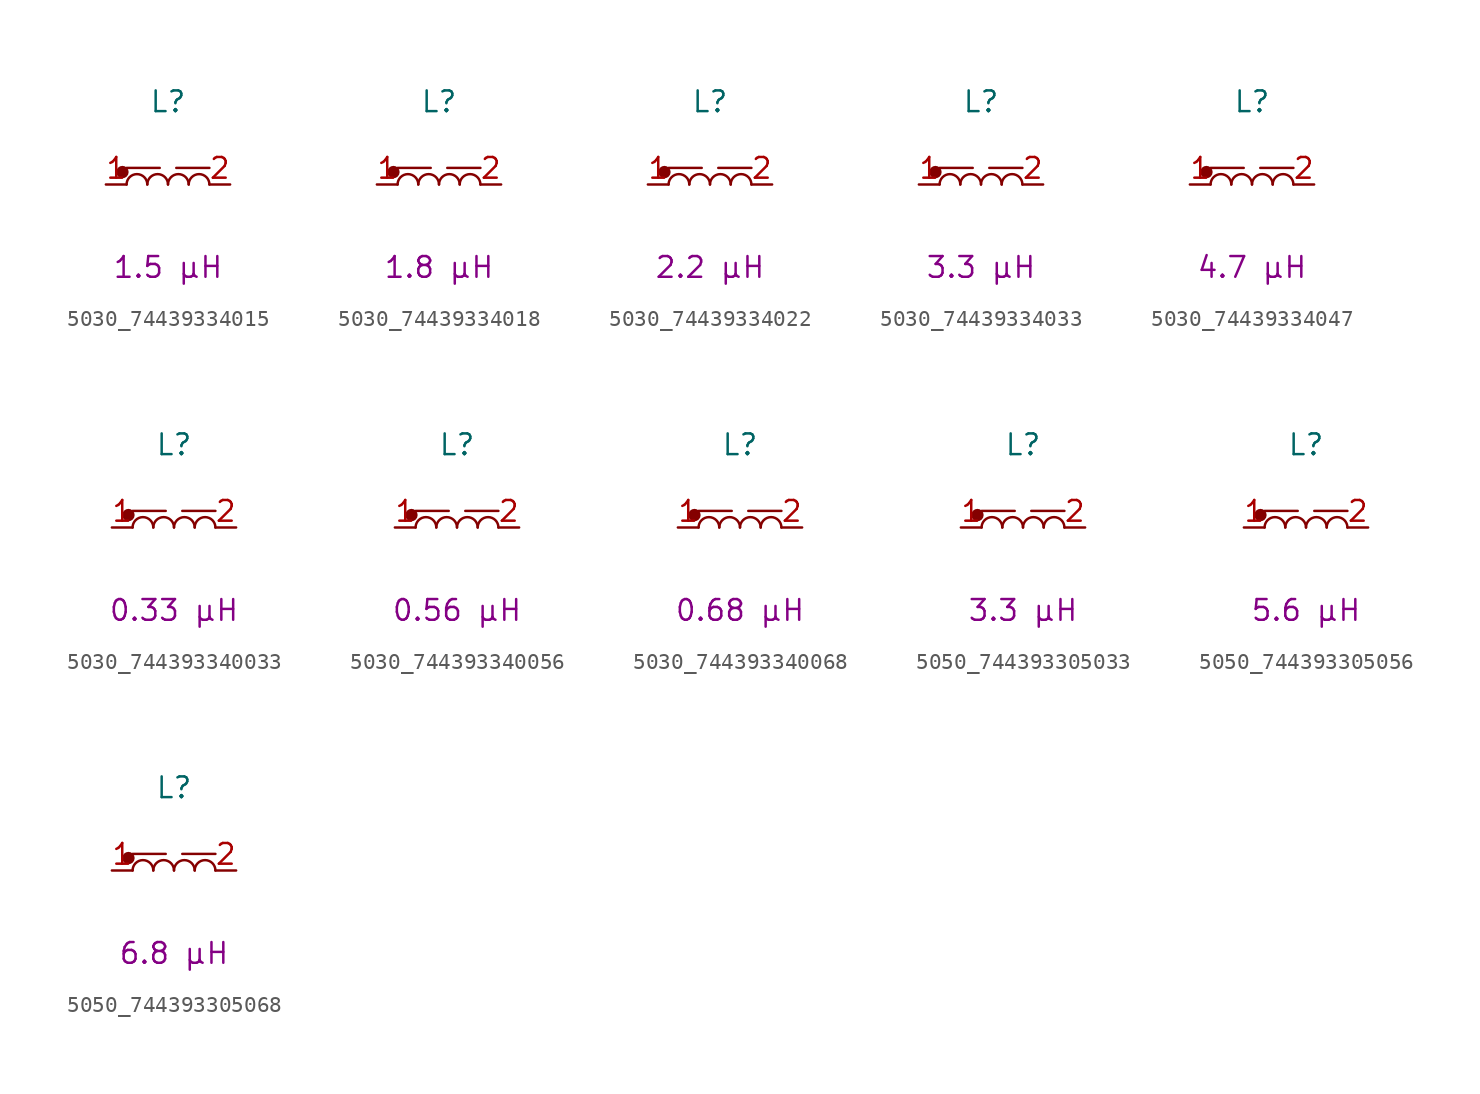
<source format=kicad_sym>
(kicad_symbol_lib
  (version 20220914)
  (generator kicad_symbol_editor)
  (symbol "5030_74439334015"
    (pin_names hide)
    (property "Reference" "L"
      (at 0 5.08 0)
      (effects (font (size 1.27 1.27))))
    (property "Critical Parameter" "1.5 µH"
      (at 0 -5.08 0)
      (effects (font (size 1.27 1.27))))
    (symbol "5030_74439334015_0_1"
      (arc (start -1.27 0) (mid -1.905 0.6323) (end -2.54 0) (stroke (width 0) (type default)) (fill (type none)))
      (arc (start 0 0) (mid -0.635 0.6323) (end -1.27 0) (stroke (width 0) (type default)) (fill (type none)))
      (polyline (pts (xy -2.54 1.016) (xy -0.508 1.016)) (stroke (width 0) (type default)) (fill (type none)))
      (arc (start 1.27 0) (mid 0.635 0.6323) (end 0 0) (stroke (width 0) (type default)) (fill (type none)))
      (arc (start 2.54 0) (mid 1.905 0.6323) (end 1.27 0) (stroke (width 0) (type default)) (fill (type none))))
    (symbol "5030_74439334015_1_1"
      (circle (center -2.794 0.762) (radius 0.0001) (stroke (width 0.381) (type default)) (fill (type none)))
      (polyline (pts (xy 2.54 1.016) (xy 0.508 1.016)) (stroke (width 0) (type default)) (fill (type none)))
      (pin passive line (at -3.81 0 0) (length 1.27) (name "1" (effects (font (size 1.27 1.27)))) (number "1" (effects (font (size 1.27 1.27)))))
      (pin passive line (at 3.81 0 180) (length 1.27) (name "2" (effects (font (size 1.27 1.27)))) (number "2" (effects (font (size 1.27 1.27)))))))
  (symbol "5030_74439334018"
    (pin_names hide)
    (property "Reference" "L"
      (at 0 5.08 0)
      (effects (font (size 1.27 1.27))))
    (property "Critical Parameter" "1.8 µH"
      (at 0 -5.08 0)
      (effects (font (size 1.27 1.27))))
    (symbol "5030_74439334018_0_1"
      (arc (start -1.27 0) (mid -1.905 0.6323) (end -2.54 0) (stroke (width 0) (type default)) (fill (type none)))
      (arc (start 0 0) (mid -0.635 0.6323) (end -1.27 0) (stroke (width 0) (type default)) (fill (type none)))
      (polyline (pts (xy -2.54 1.016) (xy -0.508 1.016)) (stroke (width 0) (type default)) (fill (type none)))
      (arc (start 1.27 0) (mid 0.635 0.6323) (end 0 0) (stroke (width 0) (type default)) (fill (type none)))
      (arc (start 2.54 0) (mid 1.905 0.6323) (end 1.27 0) (stroke (width 0) (type default)) (fill (type none))))
    (symbol "5030_74439334018_1_1"
      (circle (center -2.794 0.762) (radius 0.0001) (stroke (width 0.381) (type default)) (fill (type none)))
      (polyline (pts (xy 2.54 1.016) (xy 0.508 1.016)) (stroke (width 0) (type default)) (fill (type none)))
      (pin passive line (at -3.81 0 0) (length 1.27) (name "1" (effects (font (size 1.27 1.27)))) (number "1" (effects (font (size 1.27 1.27)))))
      (pin passive line (at 3.81 0 180) (length 1.27) (name "2" (effects (font (size 1.27 1.27)))) (number "2" (effects (font (size 1.27 1.27)))))))
  (symbol "5030_74439334022"
    (pin_names hide)
    (property "Reference" "L"
      (at 0 5.08 0)
      (effects (font (size 1.27 1.27))))
    (property "Critical Parameter" "2.2 µH"
      (at 0 -5.08 0)
      (effects (font (size 1.27 1.27))))
    (symbol "5030_74439334022_0_1"
      (arc (start -1.27 0) (mid -1.905 0.6323) (end -2.54 0) (stroke (width 0) (type default)) (fill (type none)))
      (arc (start 0 0) (mid -0.635 0.6323) (end -1.27 0) (stroke (width 0) (type default)) (fill (type none)))
      (polyline (pts (xy -2.54 1.016) (xy -0.508 1.016)) (stroke (width 0) (type default)) (fill (type none)))
      (arc (start 1.27 0) (mid 0.635 0.6323) (end 0 0) (stroke (width 0) (type default)) (fill (type none)))
      (arc (start 2.54 0) (mid 1.905 0.6323) (end 1.27 0) (stroke (width 0) (type default)) (fill (type none))))
    (symbol "5030_74439334022_1_1"
      (circle (center -2.794 0.762) (radius 0.0001) (stroke (width 0.381) (type default)) (fill (type none)))
      (polyline (pts (xy 2.54 1.016) (xy 0.508 1.016)) (stroke (width 0) (type default)) (fill (type none)))
      (pin passive line (at -3.81 0 0) (length 1.27) (name "1" (effects (font (size 1.27 1.27)))) (number "1" (effects (font (size 1.27 1.27)))))
      (pin passive line (at 3.81 0 180) (length 1.27) (name "2" (effects (font (size 1.27 1.27)))) (number "2" (effects (font (size 1.27 1.27)))))))
  (symbol "5030_74439334033"
    (pin_names hide)
    (property "Reference" "L"
      (at 0 5.08 0)
      (effects (font (size 1.27 1.27))))
    (property "Critical Parameter" "3.3 µH"
      (at 0 -5.08 0)
      (effects (font (size 1.27 1.27))))
    (symbol "5030_74439334033_0_1"
      (arc (start -1.27 0) (mid -1.905 0.6323) (end -2.54 0) (stroke (width 0) (type default)) (fill (type none)))
      (arc (start 0 0) (mid -0.635 0.6323) (end -1.27 0) (stroke (width 0) (type default)) (fill (type none)))
      (polyline (pts (xy -2.54 1.016) (xy -0.508 1.016)) (stroke (width 0) (type default)) (fill (type none)))
      (arc (start 1.27 0) (mid 0.635 0.6323) (end 0 0) (stroke (width 0) (type default)) (fill (type none)))
      (arc (start 2.54 0) (mid 1.905 0.6323) (end 1.27 0) (stroke (width 0) (type default)) (fill (type none))))
    (symbol "5030_74439334033_1_1"
      (circle (center -2.794 0.762) (radius 0.0001) (stroke (width 0.381) (type default)) (fill (type none)))
      (polyline (pts (xy 2.54 1.016) (xy 0.508 1.016)) (stroke (width 0) (type default)) (fill (type none)))
      (pin passive line (at -3.81 0 0) (length 1.27) (name "1" (effects (font (size 1.27 1.27)))) (number "1" (effects (font (size 1.27 1.27)))))
      (pin passive line (at 3.81 0 180) (length 1.27) (name "2" (effects (font (size 1.27 1.27)))) (number "2" (effects (font (size 1.27 1.27)))))))
  (symbol "5030_74439334047"
    (pin_names hide)
    (property "Reference" "L"
      (at 0 5.08 0)
      (effects (font (size 1.27 1.27))))
    (property "Critical Parameter" "4.7 µH"
      (at 0 -5.08 0)
      (effects (font (size 1.27 1.27))))
    (symbol "5030_74439334047_0_1"
      (arc (start -1.27 0) (mid -1.905 0.6323) (end -2.54 0) (stroke (width 0) (type default)) (fill (type none)))
      (arc (start 0 0) (mid -0.635 0.6323) (end -1.27 0) (stroke (width 0) (type default)) (fill (type none)))
      (polyline (pts (xy -2.54 1.016) (xy -0.508 1.016)) (stroke (width 0) (type default)) (fill (type none)))
      (arc (start 1.27 0) (mid 0.635 0.6323) (end 0 0) (stroke (width 0) (type default)) (fill (type none)))
      (arc (start 2.54 0) (mid 1.905 0.6323) (end 1.27 0) (stroke (width 0) (type default)) (fill (type none))))
    (symbol "5030_74439334047_1_1"
      (circle (center -2.794 0.762) (radius 0.0001) (stroke (width 0.381) (type default)) (fill (type none)))
      (polyline (pts (xy 2.54 1.016) (xy 0.508 1.016)) (stroke (width 0) (type default)) (fill (type none)))
      (pin passive line (at -3.81 0 0) (length 1.27) (name "1" (effects (font (size 1.27 1.27)))) (number "1" (effects (font (size 1.27 1.27)))))
      (pin passive line (at 3.81 0 180) (length 1.27) (name "2" (effects (font (size 1.27 1.27)))) (number "2" (effects (font (size 1.27 1.27)))))))
  (symbol "5030_744393340033"
    (pin_names hide)
    (property "Reference" "L"
      (at 0 5.08 0)
      (effects (font (size 1.27 1.27))))
    (property "Critical Parameter" "0.33 µH"
      (at 0 -5.08 0)
      (effects (font (size 1.27 1.27))))
    (symbol "5030_744393340033_0_1"
      (arc (start -1.27 0) (mid -1.905 0.6323) (end -2.54 0) (stroke (width 0) (type default)) (fill (type none)))
      (arc (start 0 0) (mid -0.635 0.6323) (end -1.27 0) (stroke (width 0) (type default)) (fill (type none)))
      (polyline (pts (xy -2.54 1.016) (xy -0.508 1.016)) (stroke (width 0) (type default)) (fill (type none)))
      (arc (start 1.27 0) (mid 0.635 0.6323) (end 0 0) (stroke (width 0) (type default)) (fill (type none)))
      (arc (start 2.54 0) (mid 1.905 0.6323) (end 1.27 0) (stroke (width 0) (type default)) (fill (type none))))
    (symbol "5030_744393340033_1_1"
      (circle (center -2.794 0.762) (radius 0.0001) (stroke (width 0.381) (type default)) (fill (type none)))
      (polyline (pts (xy 2.54 1.016) (xy 0.508 1.016)) (stroke (width 0) (type default)) (fill (type none)))
      (pin passive line (at -3.81 0 0) (length 1.27) (name "1" (effects (font (size 1.27 1.27)))) (number "1" (effects (font (size 1.27 1.27)))))
      (pin passive line (at 3.81 0 180) (length 1.27) (name "2" (effects (font (size 1.27 1.27)))) (number "2" (effects (font (size 1.27 1.27)))))))
  (symbol "5030_744393340056"
    (pin_names hide)
    (property "Reference" "L"
      (at 0 5.08 0)
      (effects (font (size 1.27 1.27))))
    (property "Critical Parameter" "0.56 µH"
      (at 0 -5.08 0)
      (effects (font (size 1.27 1.27))))
    (symbol "5030_744393340056_0_1"
      (arc (start -1.27 0) (mid -1.905 0.6323) (end -2.54 0) (stroke (width 0) (type default)) (fill (type none)))
      (arc (start 0 0) (mid -0.635 0.6323) (end -1.27 0) (stroke (width 0) (type default)) (fill (type none)))
      (polyline (pts (xy -2.54 1.016) (xy -0.508 1.016)) (stroke (width 0) (type default)) (fill (type none)))
      (arc (start 1.27 0) (mid 0.635 0.6323) (end 0 0) (stroke (width 0) (type default)) (fill (type none)))
      (arc (start 2.54 0) (mid 1.905 0.6323) (end 1.27 0) (stroke (width 0) (type default)) (fill (type none))))
    (symbol "5030_744393340056_1_1"
      (circle (center -2.794 0.762) (radius 0.0001) (stroke (width 0.381) (type default)) (fill (type none)))
      (polyline (pts (xy 2.54 1.016) (xy 0.508 1.016)) (stroke (width 0) (type default)) (fill (type none)))
      (pin passive line (at -3.81 0 0) (length 1.27) (name "1" (effects (font (size 1.27 1.27)))) (number "1" (effects (font (size 1.27 1.27)))))
      (pin passive line (at 3.81 0 180) (length 1.27) (name "2" (effects (font (size 1.27 1.27)))) (number "2" (effects (font (size 1.27 1.27)))))))
  (symbol "5030_744393340068"
    (pin_names hide)
    (property "Reference" "L"
      (at 0 5.08 0)
      (effects (font (size 1.27 1.27))))
    (property "Critical Parameter" "0.68 µH"
      (at 0 -5.08 0)
      (effects (font (size 1.27 1.27))))
    (symbol "5030_744393340068_0_1"
      (arc (start -1.27 0) (mid -1.905 0.6323) (end -2.54 0) (stroke (width 0) (type default)) (fill (type none)))
      (arc (start 0 0) (mid -0.635 0.6323) (end -1.27 0) (stroke (width 0) (type default)) (fill (type none)))
      (polyline (pts (xy -2.54 1.016) (xy -0.508 1.016)) (stroke (width 0) (type default)) (fill (type none)))
      (arc (start 1.27 0) (mid 0.635 0.6323) (end 0 0) (stroke (width 0) (type default)) (fill (type none)))
      (arc (start 2.54 0) (mid 1.905 0.6323) (end 1.27 0) (stroke (width 0) (type default)) (fill (type none))))
    (symbol "5030_744393340068_1_1"
      (circle (center -2.794 0.762) (radius 0.0001) (stroke (width 0.381) (type default)) (fill (type none)))
      (polyline (pts (xy 2.54 1.016) (xy 0.508 1.016)) (stroke (width 0) (type default)) (fill (type none)))
      (pin passive line (at -3.81 0 0) (length 1.27) (name "1" (effects (font (size 1.27 1.27)))) (number "1" (effects (font (size 1.27 1.27)))))
      (pin passive line (at 3.81 0 180) (length 1.27) (name "2" (effects (font (size 1.27 1.27)))) (number "2" (effects (font (size 1.27 1.27)))))))
  (symbol "5050_744393305033"
    (pin_names hide)
    (property "Reference" "L"
      (at 0 5.08 0)
      (effects (font (size 1.27 1.27))))
    (property "Critical Parameter" "3.3 µH"
      (at 0 -5.08 0)
      (effects (font (size 1.27 1.27))))
    (symbol "5050_744393305033_0_1"
      (arc (start -1.27 0) (mid -1.905 0.6323) (end -2.54 0) (stroke (width 0) (type default)) (fill (type none)))
      (arc (start 0 0) (mid -0.635 0.6323) (end -1.27 0) (stroke (width 0) (type default)) (fill (type none)))
      (polyline (pts (xy -2.54 1.016) (xy -0.508 1.016)) (stroke (width 0) (type default)) (fill (type none)))
      (arc (start 1.27 0) (mid 0.635 0.6323) (end 0 0) (stroke (width 0) (type default)) (fill (type none)))
      (arc (start 2.54 0) (mid 1.905 0.6323) (end 1.27 0) (stroke (width 0) (type default)) (fill (type none))))
    (symbol "5050_744393305033_1_1"
      (circle (center -2.794 0.762) (radius 0.0001) (stroke (width 0.381) (type default)) (fill (type none)))
      (polyline (pts (xy 2.54 1.016) (xy 0.508 1.016)) (stroke (width 0) (type default)) (fill (type none)))
      (pin passive line (at -3.81 0 0) (length 1.27) (name "1" (effects (font (size 1.27 1.27)))) (number "1" (effects (font (size 1.27 1.27)))))
      (pin passive line (at 3.81 0 180) (length 1.27) (name "2" (effects (font (size 1.27 1.27)))) (number "2" (effects (font (size 1.27 1.27)))))))
  (symbol "5050_744393305056"
    (pin_names hide)
    (property "Reference" "L"
      (at 0 5.08 0)
      (effects (font (size 1.27 1.27))))
    (property "Critical Parameter" "5.6 µH"
      (at 0 -5.08 0)
      (effects (font (size 1.27 1.27))))
    (symbol "5050_744393305056_0_1"
      (arc (start -1.27 0) (mid -1.905 0.6323) (end -2.54 0) (stroke (width 0) (type default)) (fill (type none)))
      (arc (start 0 0) (mid -0.635 0.6323) (end -1.27 0) (stroke (width 0) (type default)) (fill (type none)))
      (polyline (pts (xy -2.54 1.016) (xy -0.508 1.016)) (stroke (width 0) (type default)) (fill (type none)))
      (arc (start 1.27 0) (mid 0.635 0.6323) (end 0 0) (stroke (width 0) (type default)) (fill (type none)))
      (arc (start 2.54 0) (mid 1.905 0.6323) (end 1.27 0) (stroke (width 0) (type default)) (fill (type none))))
    (symbol "5050_744393305056_1_1"
      (circle (center -2.794 0.762) (radius 0.0001) (stroke (width 0.381) (type default)) (fill (type none)))
      (polyline (pts (xy 2.54 1.016) (xy 0.508 1.016)) (stroke (width 0) (type default)) (fill (type none)))
      (pin passive line (at -3.81 0 0) (length 1.27) (name "1" (effects (font (size 1.27 1.27)))) (number "1" (effects (font (size 1.27 1.27)))))
      (pin passive line (at 3.81 0 180) (length 1.27) (name "2" (effects (font (size 1.27 1.27)))) (number "2" (effects (font (size 1.27 1.27)))))))
  (symbol "5050_744393305068"
    (pin_names hide)
    (property "Reference" "L"
      (at 0 5.08 0)
      (effects (font (size 1.27 1.27))))
    (property "Critical Parameter" "6.8 µH"
      (at 0 -5.08 0)
      (effects (font (size 1.27 1.27))))
    (symbol "5050_744393305068_0_1"
      (arc (start -1.27 0) (mid -1.905 0.6323) (end -2.54 0) (stroke (width 0) (type default)) (fill (type none)))
      (arc (start 0 0) (mid -0.635 0.6323) (end -1.27 0) (stroke (width 0) (type default)) (fill (type none)))
      (polyline (pts (xy -2.54 1.016) (xy -0.508 1.016)) (stroke (width 0) (type default)) (fill (type none)))
      (arc (start 1.27 0) (mid 0.635 0.6323) (end 0 0) (stroke (width 0) (type default)) (fill (type none)))
      (arc (start 2.54 0) (mid 1.905 0.6323) (end 1.27 0) (stroke (width 0) (type default)) (fill (type none))))
    (symbol "5050_744393305068_1_1"
      (circle (center -2.794 0.762) (radius 0.0001) (stroke (width 0.381) (type default)) (fill (type none)))
      (polyline (pts (xy 2.54 1.016) (xy 0.508 1.016)) (stroke (width 0) (type default)) (fill (type none)))
      (pin passive line (at -3.81 0 0) (length 1.27) (name "1" (effects (font (size 1.27 1.27)))) (number "1" (effects (font (size 1.27 1.27)))))
      (pin passive line (at 3.81 0 180) (length 1.27) (name "2" (effects (font (size 1.27 1.27)))) (number "2" (effects (font (size 1.27 1.27))))))))
</source>
